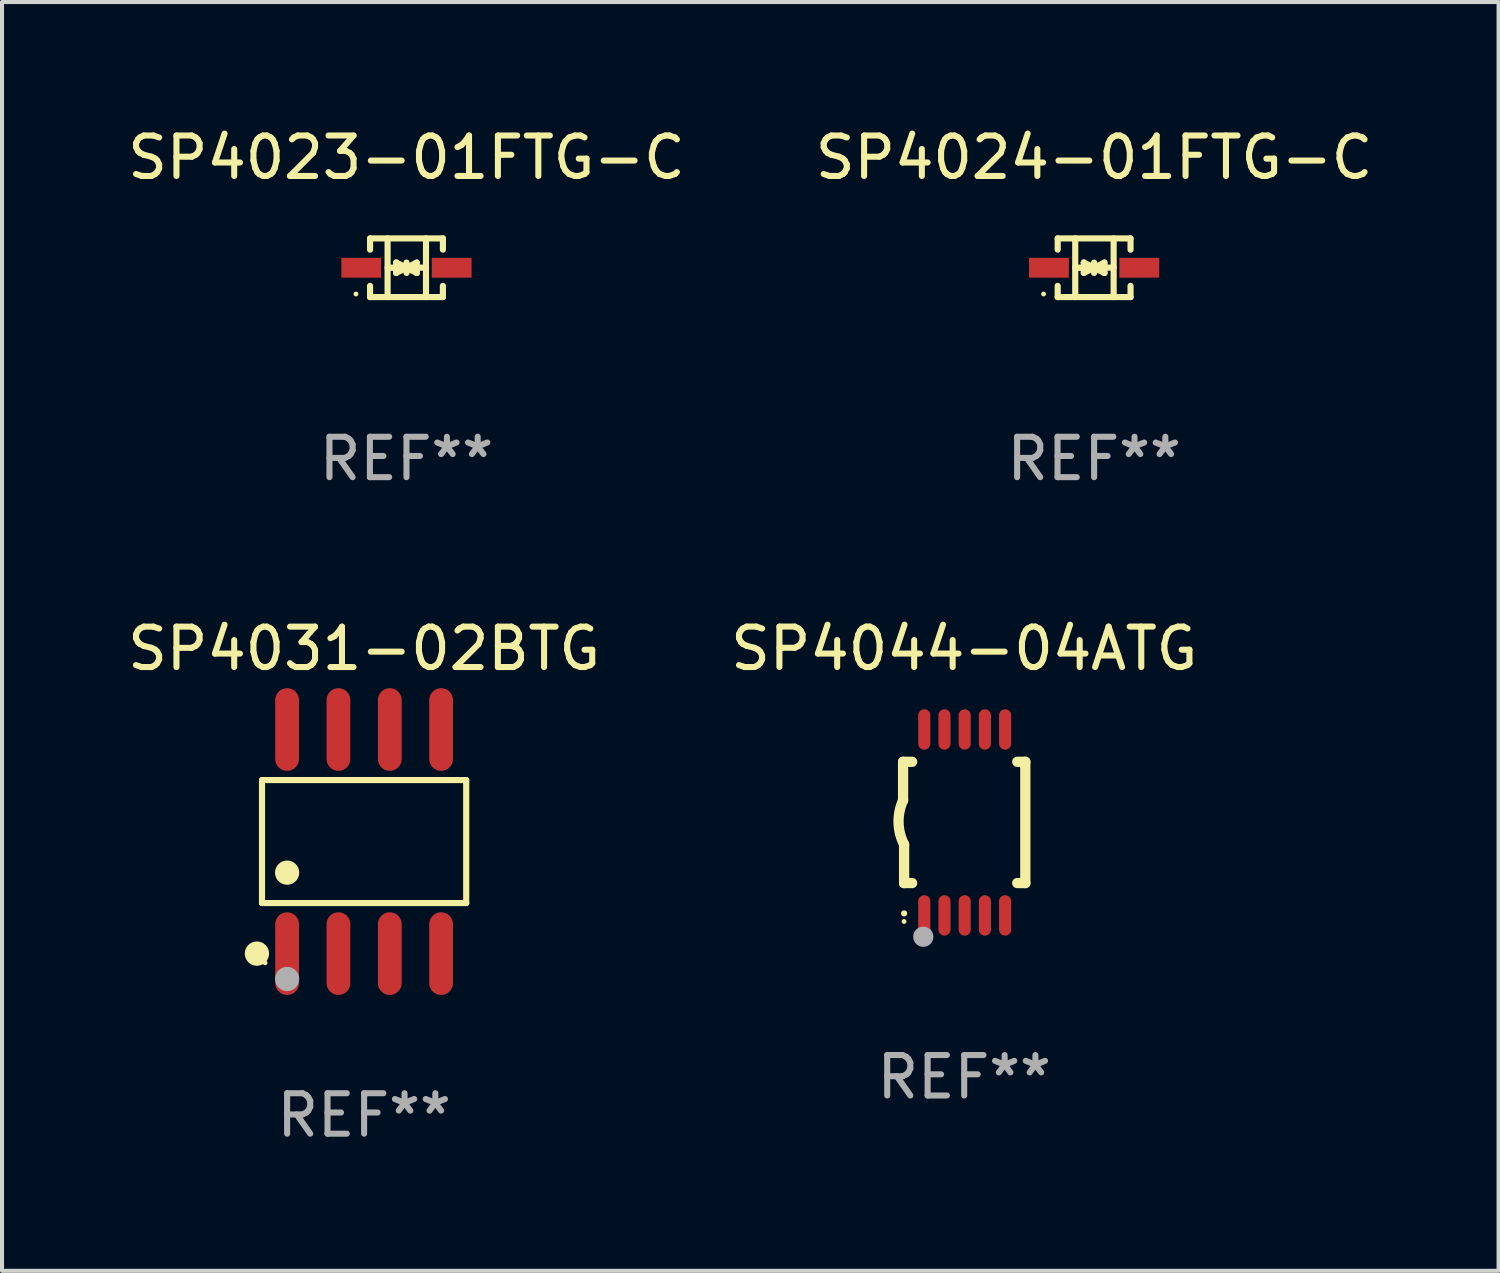
<source format=kicad_pcb>
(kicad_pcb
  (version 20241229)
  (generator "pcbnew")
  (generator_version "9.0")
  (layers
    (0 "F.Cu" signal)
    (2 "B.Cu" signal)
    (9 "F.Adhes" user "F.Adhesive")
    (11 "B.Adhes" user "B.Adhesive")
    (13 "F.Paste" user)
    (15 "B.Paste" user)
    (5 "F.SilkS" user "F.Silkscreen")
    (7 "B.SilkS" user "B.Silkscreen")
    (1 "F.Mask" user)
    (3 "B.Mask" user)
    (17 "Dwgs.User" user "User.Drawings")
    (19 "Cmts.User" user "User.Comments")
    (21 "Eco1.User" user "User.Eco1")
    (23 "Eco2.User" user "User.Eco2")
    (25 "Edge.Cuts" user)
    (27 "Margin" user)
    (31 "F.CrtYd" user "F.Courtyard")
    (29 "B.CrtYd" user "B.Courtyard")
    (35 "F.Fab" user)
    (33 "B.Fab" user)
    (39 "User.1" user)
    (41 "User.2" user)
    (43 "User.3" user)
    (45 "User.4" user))
  (footprint "SP4031-02BTG"
    (layer "F.Cu")
    (at 5.958 17.77)
    (property "Reference" "SP4031-02BTG" (at 0 -4.772 0) (layer "F.SilkS") (effects (font (size 1 1) (thickness 0.15))))
    (attr through_hole)
    (fp_line (start -2.526 -1.521) (end 2.526 -1.521) (stroke (width 0.152) (type solid)) (layer "F.SilkS"))
    (fp_line (start -2.526 1.521) (end -2.526 -1.521) (stroke (width 0.152) (type solid)) (layer "F.SilkS"))
    (fp_line (start 2.526 -1.521) (end 2.526 1.521) (stroke (width 0.152) (type solid)) (layer "F.SilkS"))
    (fp_line (start 2.526 1.521) (end -2.526 1.521) (stroke (width 0.152) (type solid)) (layer "F.SilkS"))
    (fp_circle (center -2.652 2.772) (end -2.501 2.772) (stroke (width 0.3) (type solid)) (fill no) (layer "F.SilkS"))
    (fp_circle (center -2.45 3) (end -2.42 3) (stroke (width 0.06) (type solid)) (fill no) (layer "F.SilkS"))
    (fp_circle (center -1.905 0.769) (end -1.755 0.769) (stroke (width 0.3) (type solid)) (fill no) (layer "F.SilkS"))
    (fp_circle (center -1.905 3.4) (end -1.755 3.4) (stroke (width 0.3) (type solid)) (fill no) (layer "F.Fab"))
    (fp_text user "REF**" (at 0 6.772 0) (layer "F.Fab") (effects (font (size 1 1) (thickness 0.15))))
    (pad "1" smd oval (at -1.905 2.772) (size 0.588 2.045) (layers "F.Cu" "F.Mask" "F.Paste"))
    (pad "2" smd oval (at -0.635 2.772) (size 0.588 2.045) (layers "F.Cu" "F.Mask" "F.Paste"))
    (pad "3" smd oval (at 0.635 2.772) (size 0.588 2.045) (layers "F.Cu" "F.Mask" "F.Paste"))
    (pad "4" smd oval (at 1.905 2.772) (size 0.588 2.045) (layers "F.Cu" "F.Mask" "F.Paste"))
    (pad "5" smd oval (at 1.905 -2.772) (size 0.588 2.045) (layers "F.Cu" "F.Mask" "F.Paste"))
    (pad "6" smd oval (at 0.635 -2.772) (size 0.588 2.045) (layers "F.Cu" "F.Mask" "F.Paste"))
    (pad "7" smd oval (at -0.635 -2.772) (size 0.588 2.045) (layers "F.Cu" "F.Mask" "F.Paste"))
    (pad "8" smd oval (at -1.905 -2.772) (size 0.588 2.045) (layers "F.Cu" "F.Mask" "F.Paste")))
  (footprint "SP4023-01FTG-C"
    (layer "F.Cu")
    (at 7.006 3.574)
    (property "Reference" "SP4023-01FTG-C" (at 0 -2.726 0) (layer "F.SilkS") (effects (font (size 1 1) (thickness 0.15))))
    (attr through_hole)
    (fp_line (start -0.901 -0.726) (end -0.901 -0.448) (stroke (width 0.152) (type solid)) (layer "F.SilkS"))
    (fp_line (start -0.901 0.726) (end -0.901 0.448) (stroke (width 0.152) (type solid)) (layer "F.SilkS"))
    (fp_line (start -0.467 0) (end 0.483 -0.003) (stroke (width 0.154) (type solid)) (layer "F.SilkS"))
    (fp_line (start -0.467 0.726) (end -0.467 -0.726) (stroke (width 0.152) (type solid)) (layer "F.SilkS"))
    (fp_line (start -0.254 -0.127) (end -0.254 -0.127) (stroke (width 0.154) (type solid)) (layer "F.SilkS"))
    (fp_line (start -0.254 -0.127) (end -0.002 -0.003) (stroke (width 0.154) (type solid)) (layer "F.SilkS"))
    (fp_line (start -0.254 0.127) (end -0.254 -0.127) (stroke (width 0.154) (type solid)) (layer "F.SilkS"))
    (fp_line (start -0.127 0) (end 0.003 0) (stroke (width 0.154) (type solid)) (layer "F.SilkS"))
    (fp_line (start -0.003 0) (end -0.254 0.127) (stroke (width 0.154) (type solid)) (layer "F.SilkS"))
    (fp_line (start 0 -0.127) (end 0 0.127) (stroke (width 0.154) (type solid)) (layer "F.SilkS"))
    (fp_line (start 0.003 0) (end 0.254 -0.127) (stroke (width 0.154) (type solid)) (layer "F.SilkS"))
    (fp_line (start 0.127 0) (end -0.003 0) (stroke (width 0.154) (type solid)) (layer "F.SilkS"))
    (fp_line (start 0.254 -0.127) (end 0.254 0.127) (stroke (width 0.154) (type solid)) (layer "F.SilkS"))
    (fp_line (start 0.254 0.127) (end 0.002 0.003) (stroke (width 0.154) (type solid)) (layer "F.SilkS"))
    (fp_line (start 0.254 0.127) (end 0.254 0.127) (stroke (width 0.154) (type solid)) (layer "F.SilkS"))
    (fp_line (start 0.483 0.726) (end 0.483 -0.726) (stroke (width 0.152) (type solid)) (layer "F.SilkS"))
    (fp_line (start 0.901 -0.726) (end -0.901 -0.726) (stroke (width 0.152) (type solid)) (layer "F.SilkS"))
    (fp_line (start 0.901 -0.726) (end 0.901 -0.448) (stroke (width 0.152) (type solid)) (layer "F.SilkS"))
    (fp_line (start 0.901 0.726) (end -0.901 0.726) (stroke (width 0.152) (type solid)) (layer "F.SilkS"))
    (fp_line (start 0.901 0.726) (end 0.901 0.448) (stroke (width 0.152) (type solid)) (layer "F.SilkS"))
    (fp_circle (center -1.25 0.65) (end -1.22 0.65) (stroke (width 0.06) (type solid)) (fill no) (layer "F.SilkS"))
    (fp_text user "REF**" (at 0 4.726 0) (layer "F.Fab") (effects (font (size 1 1) (thickness 0.15))))
    (pad "1" smd rect (at -1.118 0) (size 0.985 0.49) (layers "F.Cu" "F.Mask" "F.Paste"))
    (pad "2" smd rect (at 1.118 0) (size 0.985 0.49) (layers "F.Cu" "F.Mask" "F.Paste")))
  (footprint "SP4044-04ATG"
    (layer "F.Cu")
    (at 20.804 17.297)
    (property "Reference" "SP4044-04ATG" (at 0 -4.3 0) (layer "F.SilkS") (effects (font (size 1 1) (thickness 0.15))))
    (attr through_hole)
    (fp_line (start -1.512 -1.5) (end -1.512 -0.546) (stroke (width 0.254) (type solid)) (layer "F.SilkS"))
    (fp_line (start -1.487 0.546) (end -1.487 1.5) (stroke (width 0.254) (type solid)) (layer "F.SilkS"))
    (fp_line (start -1.288 -1.5) (end -1.512 -1.5) (stroke (width 0.254) (type solid)) (layer "F.SilkS"))
    (fp_line (start -1.288 1.5) (end -1.487 1.5) (stroke (width 0.254) (type solid)) (layer "F.SilkS"))
    (fp_line (start 1.512 -1.5) (end 1.312 -1.5) (stroke (width 0.254) (type solid)) (layer "F.SilkS"))
    (fp_line (start 1.512 -1.5) (end 1.512 1.5) (stroke (width 0.254) (type solid)) (layer "F.SilkS"))
    (fp_line (start 1.512 1.5) (end 1.312 1.5) (stroke (width 0.254) (type solid)) (layer "F.SilkS"))
    (fp_arc (start -1.487998 2.250013) (mid -1.486728 2.250007) (end -1.485458 2.250013) (stroke (width 0.150013) (type solid)) (layer "F.SilkS"))
    (fp_arc (start -1.486602 0.546102) (mid -1.624196 0.002905) (end -1.512002 -0.546101) (stroke (width 0.254001) (type solid)) (layer "F.SilkS"))
    (fp_circle (center -1.488 2.45) (end -1.458 2.45) (stroke (width 0.06) (type solid)) (fill no) (layer "F.SilkS"))
    (fp_circle (center -1.012 2.828) (end -0.887 2.828) (stroke (width 0.25) (type solid)) (fill no) (layer "F.Fab"))
    (fp_text user "REF**" (at 0 6.3 0) (layer "F.Fab") (effects (font (size 1 1) (thickness 0.15))))
    (pad "1" smd oval (at -0.988 2.3) (size 0.3 1) (layers "F.Cu" "F.Mask" "F.Paste"))
    (pad "2" smd oval (at -0.488 2.3) (size 0.3 1) (layers "F.Cu" "F.Mask" "F.Paste"))
    (pad "3" smd oval (at 0.012 2.3) (size 0.3 1) (layers "F.Cu" "F.Mask" "F.Paste"))
    (pad "4" smd oval (at 0.512 2.3) (size 0.3 1) (layers "F.Cu" "F.Mask" "F.Paste"))
    (pad "5" smd oval (at 1.012 2.3) (size 0.3 1) (layers "F.Cu" "F.Mask" "F.Paste"))
    (pad "6" smd oval (at 1.012 -2.3) (size 0.3 1) (layers "F.Cu" "F.Mask" "F.Paste"))
    (pad "7" smd oval (at 0.512 -2.3) (size 0.3 1) (layers "F.Cu" "F.Mask" "F.Paste"))
    (pad "8" smd oval (at 0.012 -2.3) (size 0.3 1) (layers "F.Cu" "F.Mask" "F.Paste"))
    (pad "9" smd oval (at -0.488 -2.3) (size 0.3 1) (layers "F.Cu" "F.Mask" "F.Paste"))
    (pad "10" smd oval (at -0.988 -2.3) (size 0.3 1) (layers "F.Cu" "F.Mask" "F.Paste")))
  (footprint "SP4024-01FTG-C"
    (layer "F.Cu")
    (at 24.018 3.574)
    (property "Reference" "SP4024-01FTG-C" (at 0 -2.726 0) (layer "F.SilkS") (effects (font (size 1 1) (thickness 0.15))))
    (attr through_hole)
    (fp_line (start -0.901 -0.726) (end -0.901 -0.448) (stroke (width 0.152) (type solid)) (layer "F.SilkS"))
    (fp_line (start -0.901 0.726) (end -0.901 0.448) (stroke (width 0.152) (type solid)) (layer "F.SilkS"))
    (fp_line (start -0.467 0) (end 0.483 -0.003) (stroke (width 0.154) (type solid)) (layer "F.SilkS"))
    (fp_line (start -0.467 0.726) (end -0.467 -0.726) (stroke (width 0.152) (type solid)) (layer "F.SilkS"))
    (fp_line (start -0.254 -0.127) (end -0.254 -0.127) (stroke (width 0.154) (type solid)) (layer "F.SilkS"))
    (fp_line (start -0.254 -0.127) (end -0.002 -0.003) (stroke (width 0.154) (type solid)) (layer "F.SilkS"))
    (fp_line (start -0.254 0.127) (end -0.254 -0.127) (stroke (width 0.154) (type solid)) (layer "F.SilkS"))
    (fp_line (start -0.127 0) (end 0.003 0) (stroke (width 0.154) (type solid)) (layer "F.SilkS"))
    (fp_line (start -0.003 0) (end -0.254 0.127) (stroke (width 0.154) (type solid)) (layer "F.SilkS"))
    (fp_line (start 0 -0.127) (end 0 0.127) (stroke (width 0.154) (type solid)) (layer "F.SilkS"))
    (fp_line (start 0.003 0) (end 0.254 -0.127) (stroke (width 0.154) (type solid)) (layer "F.SilkS"))
    (fp_line (start 0.127 0) (end -0.003 0) (stroke (width 0.154) (type solid)) (layer "F.SilkS"))
    (fp_line (start 0.254 -0.127) (end 0.254 0.127) (stroke (width 0.154) (type solid)) (layer "F.SilkS"))
    (fp_line (start 0.254 0.127) (end 0.002 0.003) (stroke (width 0.154) (type solid)) (layer "F.SilkS"))
    (fp_line (start 0.254 0.127) (end 0.254 0.127) (stroke (width 0.154) (type solid)) (layer "F.SilkS"))
    (fp_line (start 0.483 0.726) (end 0.483 -0.726) (stroke (width 0.152) (type solid)) (layer "F.SilkS"))
    (fp_line (start 0.901 -0.726) (end -0.901 -0.726) (stroke (width 0.152) (type solid)) (layer "F.SilkS"))
    (fp_line (start 0.901 -0.726) (end 0.901 -0.448) (stroke (width 0.152) (type solid)) (layer "F.SilkS"))
    (fp_line (start 0.901 0.726) (end -0.901 0.726) (stroke (width 0.152) (type solid)) (layer "F.SilkS"))
    (fp_line (start 0.901 0.726) (end 0.901 0.448) (stroke (width 0.152) (type solid)) (layer "F.SilkS"))
    (fp_circle (center -1.25 0.65) (end -1.22 0.65) (stroke (width 0.06) (type solid)) (fill no) (layer "F.SilkS"))
    (fp_text user "REF**" (at 0 4.726 0) (layer "F.Fab") (effects (font (size 1 1) (thickness 0.15))))
    (pad "1" smd rect (at -1.118 0) (size 0.985 0.49) (layers "F.Cu" "F.Mask" "F.Paste"))
    (pad "2" smd rect (at 1.118 0) (size 0.985 0.49) (layers "F.Cu" "F.Mask" "F.Paste")))
  (gr_rect
    (start -3 -3)
    (end 34.024 28.39)
    (stroke (width 0.1) (type default))
    (fill no)
    (layer "Edge.Cuts")))
</source>
